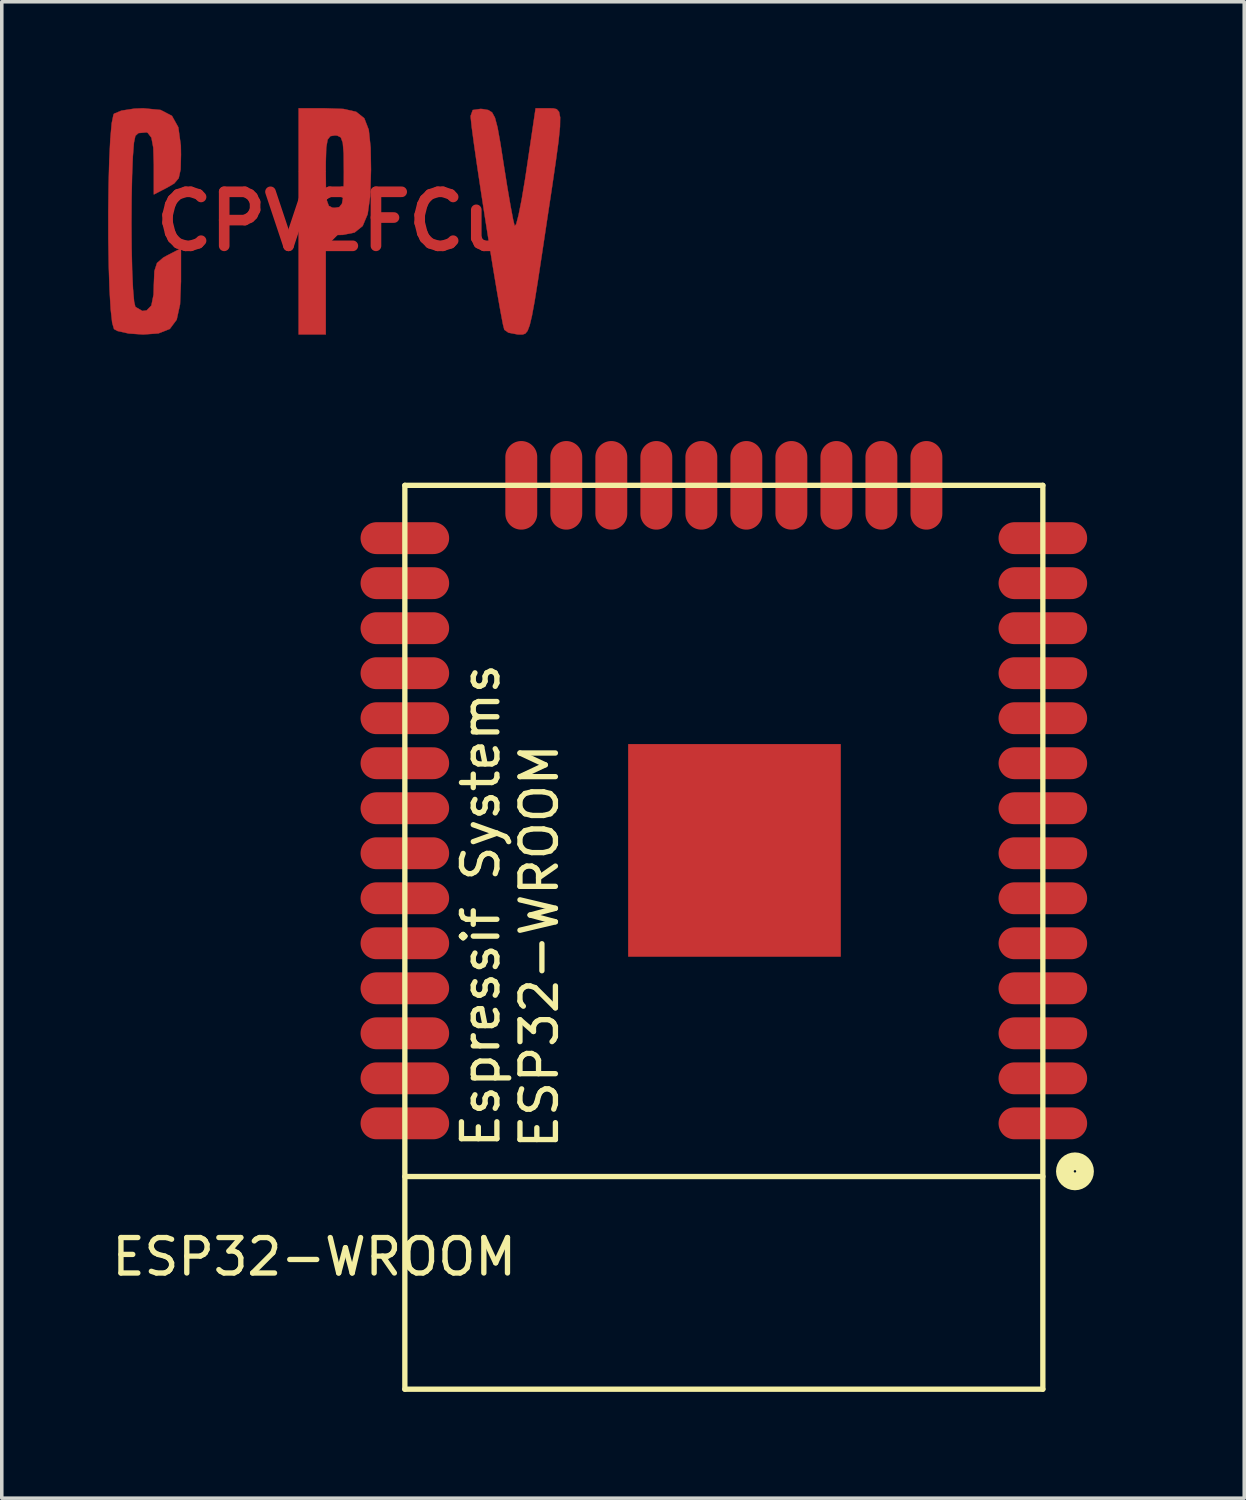
<source format=kicad_pcb>
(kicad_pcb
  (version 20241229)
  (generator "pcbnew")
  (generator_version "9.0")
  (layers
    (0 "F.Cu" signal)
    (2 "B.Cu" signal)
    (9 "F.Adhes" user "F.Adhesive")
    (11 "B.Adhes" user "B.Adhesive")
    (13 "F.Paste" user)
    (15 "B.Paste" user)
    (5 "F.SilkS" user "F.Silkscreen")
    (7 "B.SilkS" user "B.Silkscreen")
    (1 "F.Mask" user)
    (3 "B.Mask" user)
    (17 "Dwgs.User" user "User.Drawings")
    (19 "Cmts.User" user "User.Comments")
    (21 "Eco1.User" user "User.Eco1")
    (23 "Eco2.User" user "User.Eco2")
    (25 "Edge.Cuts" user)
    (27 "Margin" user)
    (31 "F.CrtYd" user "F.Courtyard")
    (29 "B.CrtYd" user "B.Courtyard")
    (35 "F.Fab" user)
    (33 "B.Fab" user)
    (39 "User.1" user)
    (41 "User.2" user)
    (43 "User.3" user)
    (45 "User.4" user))
  (footprint "CPV2FCu"
    (layer "F.Cu")
    (at 6.396 3.196)
    (property "Reference" "CPV2FCu" (at 0 0 0) (layer "F.Cu") (effects (font (size 1.524 1.524) (thickness 0.3))))
    (attr through_hole)
    (fp_poly (pts (xy 0.24 -3.173) (xy 0.602 -3.092) (xy 0.832 -2.909) (xy 0.958 -2.584) (xy 1.011 -2.078) (xy 1.021 -1.461) (xy 1 -0.723) (xy 0.927 -0.204) (xy 0.786 0.13) (xy 0.558 0.314) (xy 0.229 0.38) (xy 0.128 0.383) (xy -0.255 0.383) (xy -0.255 3.191) (xy -1.021 3.191) (xy -1.021 -1.404) (xy -0.255 -1.404) (xy -0.25 -0.895) (xy -0.225 -0.59) (xy -0.169 -0.438) (xy -0.067 -0.387) (xy 0 -0.383) (xy 0.127 -0.404) (xy 0.203 -0.502) (xy 0.242 -0.729) (xy 0.254 -1.135) (xy 0.255 -1.404) (xy 0.25 -1.913) (xy 0.225 -2.218) (xy 0.169 -2.37) (xy 0.067 -2.421) (xy 0 -2.425) (xy -0.127 -2.404) (xy -0.203 -2.306) (xy -0.242 -2.079) (xy -0.254 -1.673) (xy -0.255 -1.404) (xy -1.021 -1.404) (xy -1.021 -3.191) (xy -0.284 -3.191) (xy 0.24 -3.173)) (stroke (width 0.01) (type solid)) (fill yes) (layer "F.Cu"))
    (fp_poly (pts (xy 6.16 -3.19) (xy 6.261 -3.166) (xy 6.327 -3.091) (xy 6.358 -2.935) (xy 6.353 -2.668) (xy 6.312 -2.262) (xy 6.234 -1.687) (xy 6.121 -0.914) (xy 5.995 -0.081) (xy 5.846 0.912) (xy 5.729 1.681) (xy 5.637 2.255) (xy 5.562 2.662) (xy 5.498 2.931) (xy 5.438 3.09) (xy 5.373 3.167) (xy 5.297 3.192) (xy 5.203 3.192) (xy 5.167 3.191) (xy 4.899 3.14) (xy 4.783 3.058) (xy 4.743 2.902) (xy 4.674 2.538) (xy 4.581 2.009) (xy 4.472 1.358) (xy 4.354 0.629) (xy 4.233 -0.134) (xy 4.117 -0.888) (xy 4.012 -1.589) (xy 3.925 -2.194) (xy 3.863 -2.658) (xy 3.833 -2.939) (xy 3.832 -2.976) (xy 3.891 -3.142) (xy 4.115 -3.174) (xy 4.18 -3.168) (xy 4.329 -3.142) (xy 4.436 -3.076) (xy 4.518 -2.927) (xy 4.591 -2.652) (xy 4.671 -2.208) (xy 4.767 -1.595) (xy 4.864 -0.984) (xy 4.955 -0.455) (xy 5.028 -0.065) (xy 5.074 0.128) (xy 5.117 0.08) (xy 5.185 -0.182) (xy 5.272 -0.618) (xy 5.368 -1.191) (xy 5.405 -1.436) (xy 5.665 -3.191) (xy 6.024 -3.191) (xy 6.16 -3.19)) (stroke (width 0.01) (type solid)) (fill yes) (layer "F.Cu"))
    (fp_poly (pts (xy -4.915 -3.144) (xy -4.595 -2.978) (xy -4.415 -2.655) (xy -4.344 -2.137) (xy -4.34 -1.889) (xy -4.35 -1.467) (xy -4.404 -1.22) (xy -4.532 -1.069) (xy -4.723 -0.957) (xy -5.106 -0.759) (xy -5.106 -1.596) (xy -5.121 -2.079) (xy -5.174 -2.361) (xy -5.276 -2.495) (xy -5.31 -2.512) (xy -5.541 -2.491) (xy -5.627 -2.412) (xy -5.667 -2.222) (xy -5.698 -1.829) (xy -5.72 -1.285) (xy -5.733 -0.64) (xy -5.737 0.052) (xy -5.732 0.74) (xy -5.718 1.373) (xy -5.694 1.898) (xy -5.662 2.264) (xy -5.627 2.412) (xy -5.429 2.527) (xy -5.31 2.512) (xy -5.176 2.375) (xy -5.114 2.067) (xy -5.106 1.794) (xy -5.09 1.401) (xy -5.016 1.174) (xy -4.843 1.024) (xy -4.723 0.957) (xy -4.34 0.759) (xy -4.34 1.691) (xy -4.366 2.339) (xy -4.461 2.773) (xy -4.655 3.034) (xy -4.975 3.16) (xy -5.406 3.191) (xy -5.816 3.163) (xy -6.129 3.093) (xy -6.229 3.038) (xy -6.281 2.86) (xy -6.324 2.472) (xy -6.356 1.92) (xy -6.378 1.248) (xy -6.39 0.502) (xy -6.391 -0.274) (xy -6.382 -1.034) (xy -6.363 -1.732) (xy -6.334 -2.324) (xy -6.295 -2.765) (xy -6.245 -3.01) (xy -6.229 -3.038) (xy -6.02 -3.125) (xy -5.656 -3.181) (xy -5.406 -3.191) (xy -4.915 -3.144)) (stroke (width 0.01) (type solid)) (fill yes) (layer "F.Cu")))
  (footprint "CPV2FMask"
    (layer "F.Cu")
    (at 22.406 3.196)
    (property "Reference" "CPV2FMask" (at 0 0 0) (layer "F.Mask") (effects (font (size 1.524 1.524) (thickness 0.3))))
    (attr through_hole)
    (fp_poly (pts (xy 0.24 -3.173) (xy 0.602 -3.092) (xy 0.832 -2.909) (xy 0.958 -2.584) (xy 1.011 -2.078) (xy 1.021 -1.461) (xy 1 -0.723) (xy 0.927 -0.204) (xy 0.786 0.13) (xy 0.558 0.314) (xy 0.229 0.38) (xy 0.128 0.383) (xy -0.255 0.383) (xy -0.255 3.191) (xy -1.021 3.191) (xy -1.021 -1.404) (xy -0.255 -1.404) (xy -0.25 -0.895) (xy -0.225 -0.59) (xy -0.169 -0.438) (xy -0.067 -0.387) (xy 0 -0.383) (xy 0.127 -0.404) (xy 0.203 -0.502) (xy 0.242 -0.729) (xy 0.254 -1.135) (xy 0.255 -1.404) (xy 0.25 -1.913) (xy 0.225 -2.218) (xy 0.169 -2.37) (xy 0.067 -2.421) (xy 0 -2.425) (xy -0.127 -2.404) (xy -0.203 -2.306) (xy -0.242 -2.079) (xy -0.254 -1.673) (xy -0.255 -1.404) (xy -1.021 -1.404) (xy -1.021 -3.191) (xy -0.284 -3.191) (xy 0.24 -3.173)) (stroke (width 0.01) (type solid)) (fill yes) (layer "F.Mask"))
    (fp_poly (pts (xy 6.16 -3.19) (xy 6.261 -3.166) (xy 6.327 -3.091) (xy 6.358 -2.935) (xy 6.353 -2.668) (xy 6.312 -2.262) (xy 6.234 -1.687) (xy 6.121 -0.914) (xy 5.995 -0.081) (xy 5.846 0.912) (xy 5.729 1.681) (xy 5.637 2.255) (xy 5.562 2.662) (xy 5.498 2.931) (xy 5.438 3.09) (xy 5.373 3.167) (xy 5.297 3.192) (xy 5.203 3.192) (xy 5.167 3.191) (xy 4.899 3.14) (xy 4.783 3.058) (xy 4.743 2.902) (xy 4.674 2.538) (xy 4.581 2.009) (xy 4.472 1.358) (xy 4.354 0.629) (xy 4.233 -0.134) (xy 4.117 -0.888) (xy 4.012 -1.589) (xy 3.925 -2.194) (xy 3.863 -2.658) (xy 3.833 -2.939) (xy 3.832 -2.976) (xy 3.891 -3.142) (xy 4.115 -3.174) (xy 4.18 -3.168) (xy 4.329 -3.142) (xy 4.436 -3.076) (xy 4.518 -2.927) (xy 4.591 -2.652) (xy 4.671 -2.208) (xy 4.767 -1.595) (xy 4.864 -0.984) (xy 4.955 -0.455) (xy 5.028 -0.065) (xy 5.074 0.128) (xy 5.117 0.08) (xy 5.185 -0.182) (xy 5.272 -0.618) (xy 5.368 -1.191) (xy 5.405 -1.436) (xy 5.665 -3.191) (xy 6.024 -3.191) (xy 6.16 -3.19)) (stroke (width 0.01) (type solid)) (fill yes) (layer "F.Mask"))
    (fp_poly (pts (xy -4.915 -3.144) (xy -4.595 -2.978) (xy -4.415 -2.655) (xy -4.344 -2.137) (xy -4.34 -1.889) (xy -4.35 -1.467) (xy -4.404 -1.22) (xy -4.532 -1.069) (xy -4.723 -0.957) (xy -5.106 -0.759) (xy -5.106 -1.596) (xy -5.121 -2.079) (xy -5.174 -2.361) (xy -5.276 -2.495) (xy -5.31 -2.512) (xy -5.541 -2.491) (xy -5.627 -2.412) (xy -5.667 -2.222) (xy -5.698 -1.829) (xy -5.72 -1.285) (xy -5.733 -0.64) (xy -5.737 0.052) (xy -5.732 0.74) (xy -5.718 1.373) (xy -5.694 1.898) (xy -5.662 2.264) (xy -5.627 2.412) (xy -5.429 2.527) (xy -5.31 2.512) (xy -5.176 2.375) (xy -5.114 2.067) (xy -5.106 1.794) (xy -5.09 1.401) (xy -5.016 1.174) (xy -4.843 1.024) (xy -4.723 0.957) (xy -4.34 0.759) (xy -4.34 1.691) (xy -4.366 2.339) (xy -4.461 2.773) (xy -4.655 3.034) (xy -4.975 3.16) (xy -5.406 3.191) (xy -5.816 3.163) (xy -6.129 3.093) (xy -6.229 3.038) (xy -6.281 2.86) (xy -6.324 2.472) (xy -6.356 1.92) (xy -6.378 1.248) (xy -6.39 0.502) (xy -6.391 -0.274) (xy -6.382 -1.034) (xy -6.363 -1.732) (xy -6.334 -2.324) (xy -6.295 -2.765) (xy -6.245 -3.01) (xy -6.229 -3.038) (xy -6.02 -3.125) (xy -5.656 -3.181) (xy -5.406 -3.191) (xy -4.915 -3.144)) (stroke (width 0.01) (type solid)) (fill yes) (layer "F.Mask")))
  (footprint "ESP32-WROOM"
    (layer "F.Cu")
    (at 17.372 23.393)
    (property "Reference" "ESP32-WROOM" (at -11.557 9.017 0) (layer "F.SilkS") (effects (font (size 1 1) (thickness 0.15))))
    (attr smd)
    (fp_line (start -9 -12.75) (end 9 -12.75) (stroke (width 0.15) (type solid)) (layer "F.SilkS"))
    (fp_line (start -9 6.75) (end 9 6.75) (stroke (width 0.15) (type solid)) (layer "F.SilkS"))
    (fp_line (start -9 12.75) (end -9 -12.75) (stroke (width 0.15) (type solid)) (layer "F.SilkS"))
    (fp_line (start -9 12.75) (end 9 12.75) (stroke (width 0.15) (type solid)) (layer "F.SilkS"))
    (fp_line (start 9 12.75) (end 9 -12.75) (stroke (width 0.15) (type solid)) (layer "F.SilkS"))
    (fp_circle (center 9.906 6.604) (end 10.033 6.858) (stroke (width 0.5) (type solid)) (fill no) (layer "F.SilkS"))
    (fp_text user "Espressif Systems" (at -6.858 -0.889 90) (layer "F.SilkS") (effects (font (size 1 1) (thickness 0.15))))
    (fp_text user "ESP32-WROOM" (at -5.207 0.254 90) (layer "F.SilkS") (effects (font (size 1 1) (thickness 0.15))))
    (pad "1" smd oval (at 9 5.25) (size 2.5 0.9) (layers "F.Cu" "F.Mask" "F.Paste"))
    (pad "2" smd oval (at 9 3.98) (size 2.5 0.9) (layers "F.Cu" "F.Mask" "F.Paste"))
    (pad "3" smd oval (at 9 2.71) (size 2.5 0.9) (layers "F.Cu" "F.Mask" "F.Paste"))
    (pad "4" smd oval (at 9 1.44) (size 2.5 0.9) (layers "F.Cu" "F.Mask" "F.Paste"))
    (pad "5" smd oval (at 9 0.17) (size 2.5 0.9) (layers "F.Cu" "F.Mask" "F.Paste"))
    (pad "6" smd oval (at 9 -1.1) (size 2.5 0.9) (layers "F.Cu" "F.Mask" "F.Paste"))
    (pad "7" smd oval (at 9 -2.37) (size 2.5 0.9) (layers "F.Cu" "F.Mask" "F.Paste"))
    (pad "8" smd oval (at 9 -3.64) (size 2.5 0.9) (layers "F.Cu" "F.Mask" "F.Paste"))
    (pad "9" smd oval (at 9 -4.91) (size 2.5 0.9) (layers "F.Cu" "F.Mask" "F.Paste"))
    (pad "10" smd oval (at 9 -6.18) (size 2.5 0.9) (layers "F.Cu" "F.Mask" "F.Paste"))
    (pad "11" smd oval (at 9 -7.45) (size 2.5 0.9) (layers "F.Cu" "F.Mask" "F.Paste"))
    (pad "12" smd oval (at 9 -8.72) (size 2.5 0.9) (layers "F.Cu" "F.Mask" "F.Paste"))
    (pad "13" smd oval (at 9 -9.99) (size 2.5 0.9) (layers "F.Cu" "F.Mask" "F.Paste"))
    (pad "14" smd oval (at 9 -11.26) (size 2.5 0.9) (layers "F.Cu" "F.Mask" "F.Paste"))
    (pad "15" smd oval (at 5.715 -12.75) (size 0.9 2.5) (layers "F.Cu" "F.Mask" "F.Paste"))
    (pad "16" smd oval (at 4.445 -12.75) (size 0.9 2.5) (layers "F.Cu" "F.Mask" "F.Paste"))
    (pad "17" smd oval (at 3.175 -12.75) (size 0.9 2.5) (layers "F.Cu" "F.Mask" "F.Paste"))
    (pad "18" smd oval (at 1.905 -12.75) (size 0.9 2.5) (layers "F.Cu" "F.Mask" "F.Paste"))
    (pad "19" smd oval (at 0.635 -12.75) (size 0.9 2.5) (layers "F.Cu" "F.Mask" "F.Paste"))
    (pad "20" smd oval (at -0.635 -12.75) (size 0.9 2.5) (layers "F.Cu" "F.Mask" "F.Paste"))
    (pad "21" smd oval (at -1.905 -12.75) (size 0.9 2.5) (layers "F.Cu" "F.Mask" "F.Paste"))
    (pad "22" smd oval (at -3.175 -12.75) (size 0.9 2.5) (layers "F.Cu" "F.Mask" "F.Paste"))
    (pad "23" smd oval (at -4.445 -12.75) (size 0.9 2.5) (layers "F.Cu" "F.Mask" "F.Paste"))
    (pad "24" smd oval (at -5.715 -12.75) (size 0.9 2.5) (layers "F.Cu" "F.Mask" "F.Paste"))
    (pad "25" smd oval (at -9 -11.26) (size 2.5 0.9) (layers "F.Cu" "F.Mask" "F.Paste"))
    (pad "26" smd oval (at -9 -9.99) (size 2.5 0.9) (layers "F.Cu" "F.Mask" "F.Paste"))
    (pad "27" smd oval (at -9 -8.72) (size 2.5 0.9) (layers "F.Cu" "F.Mask" "F.Paste"))
    (pad "28" smd oval (at -9 -7.45) (size 2.5 0.9) (layers "F.Cu" "F.Mask" "F.Paste"))
    (pad "29" smd oval (at -9 -6.18) (size 2.5 0.9) (layers "F.Cu" "F.Mask" "F.Paste"))
    (pad "30" smd oval (at -9 -4.91) (size 2.5 0.9) (layers "F.Cu" "F.Mask" "F.Paste"))
    (pad "31" smd oval (at -9 -3.64) (size 2.5 0.9) (layers "F.Cu" "F.Mask" "F.Paste"))
    (pad "32" smd oval (at -9 -2.37) (size 2.5 0.9) (layers "F.Cu" "F.Mask" "F.Paste"))
    (pad "33" smd oval (at -9 -1.1) (size 2.5 0.9) (layers "F.Cu" "F.Mask" "F.Paste"))
    (pad "34" smd oval (at -9 0.17) (size 2.5 0.9) (layers "F.Cu" "F.Mask" "F.Paste"))
    (pad "35" smd oval (at -9 1.44) (size 2.5 0.9) (layers "F.Cu" "F.Mask" "F.Paste"))
    (pad "36" smd oval (at -9 2.71) (size 2.5 0.9) (layers "F.Cu" "F.Mask" "F.Paste"))
    (pad "37" smd oval (at -9 3.98) (size 2.5 0.9) (layers "F.Cu" "F.Mask" "F.Paste"))
    (pad "38" smd oval (at -9 5.25) (size 2.5 0.9) (layers "F.Cu" "F.Mask" "F.Paste"))
    (pad "39" smd rect (at 0.3 -2.45) (size 6 6) (layers "F.Cu" "F.Mask" "F.Paste")))
  (gr_rect
    (start -3 -3)
    (end 32.054 39.218)
    (stroke (width 0.1) (type default))
    (fill no)
    (layer "Edge.Cuts")))
</source>
